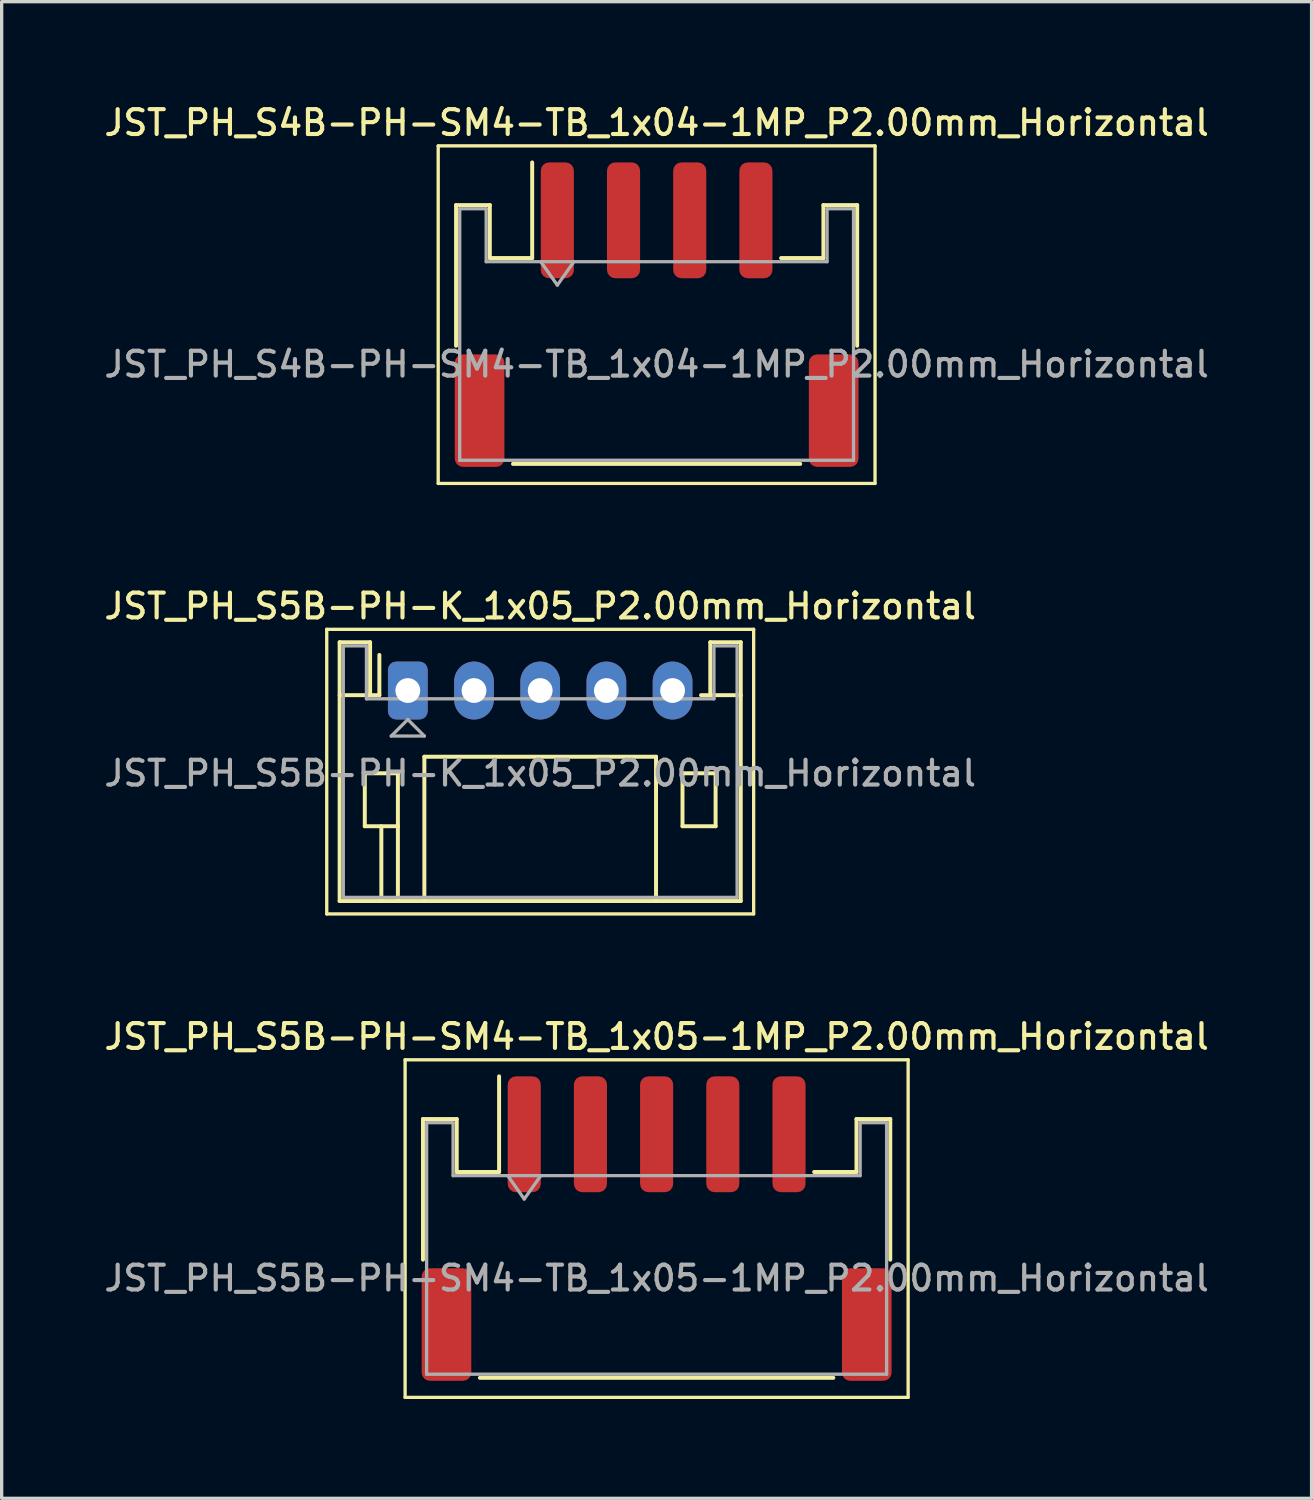
<source format=kicad_pcb>
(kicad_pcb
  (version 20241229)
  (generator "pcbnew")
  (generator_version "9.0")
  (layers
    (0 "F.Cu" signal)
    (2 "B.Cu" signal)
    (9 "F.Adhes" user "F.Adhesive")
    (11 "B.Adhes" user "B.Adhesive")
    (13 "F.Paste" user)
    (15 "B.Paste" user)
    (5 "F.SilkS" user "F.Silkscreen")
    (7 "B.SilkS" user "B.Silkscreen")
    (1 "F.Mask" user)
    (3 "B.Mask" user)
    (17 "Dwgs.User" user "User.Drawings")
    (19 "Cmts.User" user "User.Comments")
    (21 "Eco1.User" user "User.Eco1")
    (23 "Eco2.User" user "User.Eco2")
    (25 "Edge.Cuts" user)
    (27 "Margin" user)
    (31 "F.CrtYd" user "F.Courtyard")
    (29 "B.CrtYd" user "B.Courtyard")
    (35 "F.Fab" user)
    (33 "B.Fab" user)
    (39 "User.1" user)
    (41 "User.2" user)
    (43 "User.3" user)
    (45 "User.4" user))
  (footprint "JST_PH_S5B-PH-SM4-TB_1x05-1MP_P2.00mm_Horizontal"
    (layer "F.Cu")
    (at 16.791 34.074)
    (property "Reference" "JST_PH_S5B-PH-SM4-TB_1x05-1MP_P2.00mm_Horizontal" (at 0 -5.8 0) (layer "F.SilkS") (effects (font (size 0.75 0.75) (thickness 0.125))))
    (attr smd)
    (fp_line (start -7.6 -5.1) (end -7.6 5.1) (stroke (width 0.1) (type solid)) (layer "F.SilkS"))
    (fp_line (start -7.6 5.1) (end 7.6 5.1) (stroke (width 0.1) (type solid)) (layer "F.SilkS"))
    (fp_line (start -7.06 -3.31) (end -6.04 -3.31) (stroke (width 0.12) (type solid)) (layer "F.SilkS"))
    (fp_line (start -7.06 0.94) (end -7.06 -3.31) (stroke (width 0.12) (type solid)) (layer "F.SilkS"))
    (fp_line (start -6.04 -3.31) (end -6.04 -1.71) (stroke (width 0.12) (type solid)) (layer "F.SilkS"))
    (fp_line (start -6.04 -1.71) (end -4.76 -1.71) (stroke (width 0.12) (type solid)) (layer "F.SilkS"))
    (fp_line (start -5.34 4.51) (end 5.34 4.51) (stroke (width 0.12) (type solid)) (layer "F.SilkS"))
    (fp_line (start -4.76 -1.71) (end -4.76 -4.6) (stroke (width 0.12) (type solid)) (layer "F.SilkS"))
    (fp_line (start 6.04 -3.31) (end 6.04 -1.71) (stroke (width 0.12) (type solid)) (layer "F.SilkS"))
    (fp_line (start 6.04 -1.71) (end 4.76 -1.71) (stroke (width 0.12) (type solid)) (layer "F.SilkS"))
    (fp_line (start 7.06 -3.31) (end 6.04 -3.31) (stroke (width 0.12) (type solid)) (layer "F.SilkS"))
    (fp_line (start 7.06 0.94) (end 7.06 -3.31) (stroke (width 0.12) (type solid)) (layer "F.SilkS"))
    (fp_line (start 7.6 -5.1) (end -7.6 -5.1) (stroke (width 0.1) (type solid)) (layer "F.SilkS"))
    (fp_line (start 7.6 5.1) (end 7.6 -5.1) (stroke (width 0.1) (type solid)) (layer "F.SilkS"))
    (fp_line (start -6.95 -3.2) (end -6.95 4.4) (stroke (width 0.1) (type solid)) (layer "F.Fab"))
    (fp_line (start -6.95 -3.2) (end -6.15 -3.2) (stroke (width 0.1) (type solid)) (layer "F.Fab"))
    (fp_line (start -6.95 4.4) (end 6.95 4.4) (stroke (width 0.1) (type solid)) (layer "F.Fab"))
    (fp_line (start -6.15 -3.2) (end -6.15 -1.6) (stroke (width 0.1) (type solid)) (layer "F.Fab"))
    (fp_line (start -6.15 -1.6) (end 6.15 -1.6) (stroke (width 0.1) (type solid)) (layer "F.Fab"))
    (fp_line (start -4.5 -1.6) (end -4 -0.893) (stroke (width 0.1) (type solid)) (layer "F.Fab"))
    (fp_line (start -4 -0.893) (end -3.5 -1.6) (stroke (width 0.1) (type solid)) (layer "F.Fab"))
    (fp_line (start 6.15 -3.2) (end 6.95 -3.2) (stroke (width 0.1) (type solid)) (layer "F.Fab"))
    (fp_line (start 6.15 -1.6) (end 6.15 -3.2) (stroke (width 0.1) (type solid)) (layer "F.Fab"))
    (fp_line (start 6.95 -3.2) (end 6.95 4.4) (stroke (width 0.1) (type solid)) (layer "F.Fab"))
    (fp_text user "${REFERENCE}" (at 0 1.5 0) (layer "F.Fab") (effects (font (size 0.75 0.75) (thickness 0.125))))
    (pad "1" smd roundrect (at -4 -2.85) (size 1 3.5) (layers "F.Cu" "F.Mask" "F.Paste") (roundrect_rratio 0.25))
    (pad "2" smd roundrect (at -2 -2.85) (size 1 3.5) (layers "F.Cu" "F.Mask" "F.Paste") (roundrect_rratio 0.25))
    (pad "3" smd roundrect (at 0 -2.85) (size 1 3.5) (layers "F.Cu" "F.Mask" "F.Paste") (roundrect_rratio 0.25))
    (pad "4" smd roundrect (at 2 -2.85) (size 1 3.5) (layers "F.Cu" "F.Mask" "F.Paste") (roundrect_rratio 0.25))
    (pad "5" smd roundrect (at 4 -2.85) (size 1 3.5) (layers "F.Cu" "F.Mask" "F.Paste") (roundrect_rratio 0.25))
    (pad "MP" smd roundrect (at -6.35 2.9) (size 1.5 3.4) (layers "F.Cu" "F.Mask" "F.Paste") (roundrect_rratio 0.167))
    (pad "MP" smd roundrect (at 6.35 2.9) (size 1.5 3.4) (layers "F.Cu" "F.Mask" "F.Paste") (roundrect_rratio 0.167)))
  (footprint "JST_PH_S5B-PH-K_1x05_P2.00mm_Horizontal"
    (layer "F.Cu")
    (at 9.273 17.816)
    (property "Reference" "JST_PH_S5B-PH-K_1x05_P2.00mm_Horizontal" (at 4 -2.55 0) (layer "F.SilkS") (effects (font (size 0.75 0.75) (thickness 0.125))))
    (attr through_hole)
    (fp_line (start -2.45 -1.85) (end -2.45 6.75) (stroke (width 0.1) (type solid)) (layer "F.SilkS"))
    (fp_line (start -2.45 6.75) (end 10.45 6.75) (stroke (width 0.1) (type solid)) (layer "F.SilkS"))
    (fp_line (start -2.06 -1.46) (end -2.06 6.36) (stroke (width 0.12) (type solid)) (layer "F.SilkS"))
    (fp_line (start -2.06 0.14) (end -1.14 0.14) (stroke (width 0.12) (type solid)) (layer "F.SilkS"))
    (fp_line (start -2.06 6.36) (end 10.06 6.36) (stroke (width 0.12) (type solid)) (layer "F.SilkS"))
    (fp_line (start -1.3 2.5) (end -1.3 4.1) (stroke (width 0.12) (type solid)) (layer "F.SilkS"))
    (fp_line (start -1.3 4.1) (end -0.3 4.1) (stroke (width 0.12) (type solid)) (layer "F.SilkS"))
    (fp_line (start -1.14 -1.46) (end -2.06 -1.46) (stroke (width 0.12) (type solid)) (layer "F.SilkS"))
    (fp_line (start -1.14 0.14) (end -1.14 -1.46) (stroke (width 0.12) (type solid)) (layer "F.SilkS"))
    (fp_line (start -0.86 0.14) (end -1.14 0.14) (stroke (width 0.12) (type solid)) (layer "F.SilkS"))
    (fp_line (start -0.86 0.14) (end -0.86 -1.075) (stroke (width 0.12) (type solid)) (layer "F.SilkS"))
    (fp_line (start -0.8 4.1) (end -0.8 6.36) (stroke (width 0.12) (type solid)) (layer "F.SilkS"))
    (fp_line (start -0.3 2.5) (end -1.3 2.5) (stroke (width 0.12) (type solid)) (layer "F.SilkS"))
    (fp_line (start -0.3 4.1) (end -0.3 2.5) (stroke (width 0.12) (type solid)) (layer "F.SilkS"))
    (fp_line (start -0.3 4.1) (end -0.3 6.36) (stroke (width 0.12) (type solid)) (layer "F.SilkS"))
    (fp_line (start 0.5 2) (end 7.5 2) (stroke (width 0.12) (type solid)) (layer "F.SilkS"))
    (fp_line (start 0.5 6.36) (end 0.5 2) (stroke (width 0.12) (type solid)) (layer "F.SilkS"))
    (fp_line (start 7.5 2) (end 7.5 6.36) (stroke (width 0.12) (type solid)) (layer "F.SilkS"))
    (fp_line (start 8.3 2.5) (end 9.3 2.5) (stroke (width 0.12) (type solid)) (layer "F.SilkS"))
    (fp_line (start 8.3 4.1) (end 8.3 2.5) (stroke (width 0.12) (type solid)) (layer "F.SilkS"))
    (fp_line (start 9.14 -1.46) (end 9.14 0.14) (stroke (width 0.12) (type solid)) (layer "F.SilkS"))
    (fp_line (start 9.14 0.14) (end 8.86 0.14) (stroke (width 0.12) (type solid)) (layer "F.SilkS"))
    (fp_line (start 9.3 2.5) (end 9.3 4.1) (stroke (width 0.12) (type solid)) (layer "F.SilkS"))
    (fp_line (start 9.3 4.1) (end 8.3 4.1) (stroke (width 0.12) (type solid)) (layer "F.SilkS"))
    (fp_line (start 10.06 -1.46) (end 9.14 -1.46) (stroke (width 0.12) (type solid)) (layer "F.SilkS"))
    (fp_line (start 10.06 0.14) (end 9.14 0.14) (stroke (width 0.12) (type solid)) (layer "F.SilkS"))
    (fp_line (start 10.06 6.36) (end 10.06 -1.46) (stroke (width 0.12) (type solid)) (layer "F.SilkS"))
    (fp_line (start 10.45 -1.85) (end -2.45 -1.85) (stroke (width 0.1) (type solid)) (layer "F.SilkS"))
    (fp_line (start 10.45 6.75) (end 10.45 -1.85) (stroke (width 0.1) (type solid)) (layer "F.SilkS"))
    (fp_line (start -1.95 -1.35) (end -1.95 6.25) (stroke (width 0.1) (type solid)) (layer "F.Fab"))
    (fp_line (start -1.95 6.25) (end 9.95 6.25) (stroke (width 0.1) (type solid)) (layer "F.Fab"))
    (fp_line (start -1.25 -1.35) (end -1.95 -1.35) (stroke (width 0.1) (type solid)) (layer "F.Fab"))
    (fp_line (start -1.25 0.25) (end -1.25 -1.35) (stroke (width 0.1) (type solid)) (layer "F.Fab"))
    (fp_line (start -0.5 1.375) (end 0.5 1.375) (stroke (width 0.1) (type solid)) (layer "F.Fab"))
    (fp_line (start 0 0.875) (end -0.5 1.375) (stroke (width 0.1) (type solid)) (layer "F.Fab"))
    (fp_line (start 0.5 1.375) (end 0 0.875) (stroke (width 0.1) (type solid)) (layer "F.Fab"))
    (fp_line (start 9.25 -1.35) (end 9.25 0.25) (stroke (width 0.1) (type solid)) (layer "F.Fab"))
    (fp_line (start 9.25 0.25) (end -1.25 0.25) (stroke (width 0.1) (type solid)) (layer "F.Fab"))
    (fp_line (start 9.95 -1.35) (end 9.25 -1.35) (stroke (width 0.1) (type solid)) (layer "F.Fab"))
    (fp_line (start 9.95 6.25) (end 9.95 -1.35) (stroke (width 0.1) (type solid)) (layer "F.Fab"))
    (fp_text user "${REFERENCE}" (at 4 2.5 0) (layer "F.Fab") (effects (font (size 0.75 0.75) (thickness 0.125))))
    (pad "1" thru_hole roundrect (at 0 0) (size 1.2 1.75) (drill 0.75) (layers "*.Cu" "*.Mask") (roundrect_rratio 0.208))
    (pad "2" thru_hole oval (at 2 0) (size 1.2 1.75) (drill 0.75) (layers "*.Cu" "*.Mask"))
    (pad "3" thru_hole oval (at 4 0) (size 1.2 1.75) (drill 0.75) (layers "*.Cu" "*.Mask"))
    (pad "4" thru_hole oval (at 6 0) (size 1.2 1.75) (drill 0.75) (layers "*.Cu" "*.Mask"))
    (pad "5" thru_hole oval (at 8 0) (size 1.2 1.75) (drill 0.75) (layers "*.Cu" "*.Mask")))
  (footprint "JST_PH_S4B-PH-SM4-TB_1x04-1MP_P2.00mm_Horizontal"
    (layer "F.Cu")
    (at 16.791 6.458)
    (property "Reference" "JST_PH_S4B-PH-SM4-TB_1x04-1MP_P2.00mm_Horizontal" (at 0 -5.8 0) (layer "F.SilkS") (effects (font (size 0.75 0.75) (thickness 0.125))))
    (attr smd)
    (fp_line (start -6.6 -5.1) (end -6.6 5.1) (stroke (width 0.1) (type solid)) (layer "F.SilkS"))
    (fp_line (start -6.6 5.1) (end 6.6 5.1) (stroke (width 0.1) (type solid)) (layer "F.SilkS"))
    (fp_line (start -6.06 -3.31) (end -5.04 -3.31) (stroke (width 0.12) (type solid)) (layer "F.SilkS"))
    (fp_line (start -6.06 0.94) (end -6.06 -3.31) (stroke (width 0.12) (type solid)) (layer "F.SilkS"))
    (fp_line (start -5.04 -3.31) (end -5.04 -1.71) (stroke (width 0.12) (type solid)) (layer "F.SilkS"))
    (fp_line (start -5.04 -1.71) (end -3.76 -1.71) (stroke (width 0.12) (type solid)) (layer "F.SilkS"))
    (fp_line (start -4.34 4.51) (end 4.34 4.51) (stroke (width 0.12) (type solid)) (layer "F.SilkS"))
    (fp_line (start -3.76 -1.71) (end -3.76 -4.6) (stroke (width 0.12) (type solid)) (layer "F.SilkS"))
    (fp_line (start 5.04 -3.31) (end 5.04 -1.71) (stroke (width 0.12) (type solid)) (layer "F.SilkS"))
    (fp_line (start 5.04 -1.71) (end 3.76 -1.71) (stroke (width 0.12) (type solid)) (layer "F.SilkS"))
    (fp_line (start 6.06 -3.31) (end 5.04 -3.31) (stroke (width 0.12) (type solid)) (layer "F.SilkS"))
    (fp_line (start 6.06 0.94) (end 6.06 -3.31) (stroke (width 0.12) (type solid)) (layer "F.SilkS"))
    (fp_line (start 6.6 -5.1) (end -6.6 -5.1) (stroke (width 0.1) (type solid)) (layer "F.SilkS"))
    (fp_line (start 6.6 5.1) (end 6.6 -5.1) (stroke (width 0.1) (type solid)) (layer "F.SilkS"))
    (fp_line (start -5.95 -3.2) (end -5.95 4.4) (stroke (width 0.1) (type solid)) (layer "F.Fab"))
    (fp_line (start -5.95 -3.2) (end -5.15 -3.2) (stroke (width 0.1) (type solid)) (layer "F.Fab"))
    (fp_line (start -5.95 4.4) (end 5.95 4.4) (stroke (width 0.1) (type solid)) (layer "F.Fab"))
    (fp_line (start -5.15 -3.2) (end -5.15 -1.6) (stroke (width 0.1) (type solid)) (layer "F.Fab"))
    (fp_line (start -5.15 -1.6) (end 5.15 -1.6) (stroke (width 0.1) (type solid)) (layer "F.Fab"))
    (fp_line (start -3.5 -1.6) (end -3 -0.893) (stroke (width 0.1) (type solid)) (layer "F.Fab"))
    (fp_line (start -3 -0.893) (end -2.5 -1.6) (stroke (width 0.1) (type solid)) (layer "F.Fab"))
    (fp_line (start 5.15 -3.2) (end 5.95 -3.2) (stroke (width 0.1) (type solid)) (layer "F.Fab"))
    (fp_line (start 5.15 -1.6) (end 5.15 -3.2) (stroke (width 0.1) (type solid)) (layer "F.Fab"))
    (fp_line (start 5.95 -3.2) (end 5.95 4.4) (stroke (width 0.1) (type solid)) (layer "F.Fab"))
    (fp_text user "${REFERENCE}" (at 0 1.5 0) (layer "F.Fab") (effects (font (size 0.75 0.75) (thickness 0.125))))
    (pad "1" smd roundrect (at -3 -2.85) (size 1 3.5) (layers "F.Cu" "F.Mask" "F.Paste") (roundrect_rratio 0.25))
    (pad "2" smd roundrect (at -1 -2.85) (size 1 3.5) (layers "F.Cu" "F.Mask" "F.Paste") (roundrect_rratio 0.25))
    (pad "3" smd roundrect (at 1 -2.85) (size 1 3.5) (layers "F.Cu" "F.Mask" "F.Paste") (roundrect_rratio 0.25))
    (pad "4" smd roundrect (at 3 -2.85) (size 1 3.5) (layers "F.Cu" "F.Mask" "F.Paste") (roundrect_rratio 0.25))
    (pad "MP" smd roundrect (at -5.35 2.9) (size 1.5 3.4) (layers "F.Cu" "F.Mask" "F.Paste") (roundrect_rratio 0.167))
    (pad "MP" smd roundrect (at 5.35 2.9) (size 1.5 3.4) (layers "F.Cu" "F.Mask" "F.Paste") (roundrect_rratio 0.167)))
  (gr_rect
    (start -3 -3)
    (end 36.582 42.224)
    (stroke (width 0.1) (type default))
    (fill no)
    (layer "Edge.Cuts")))
</source>
